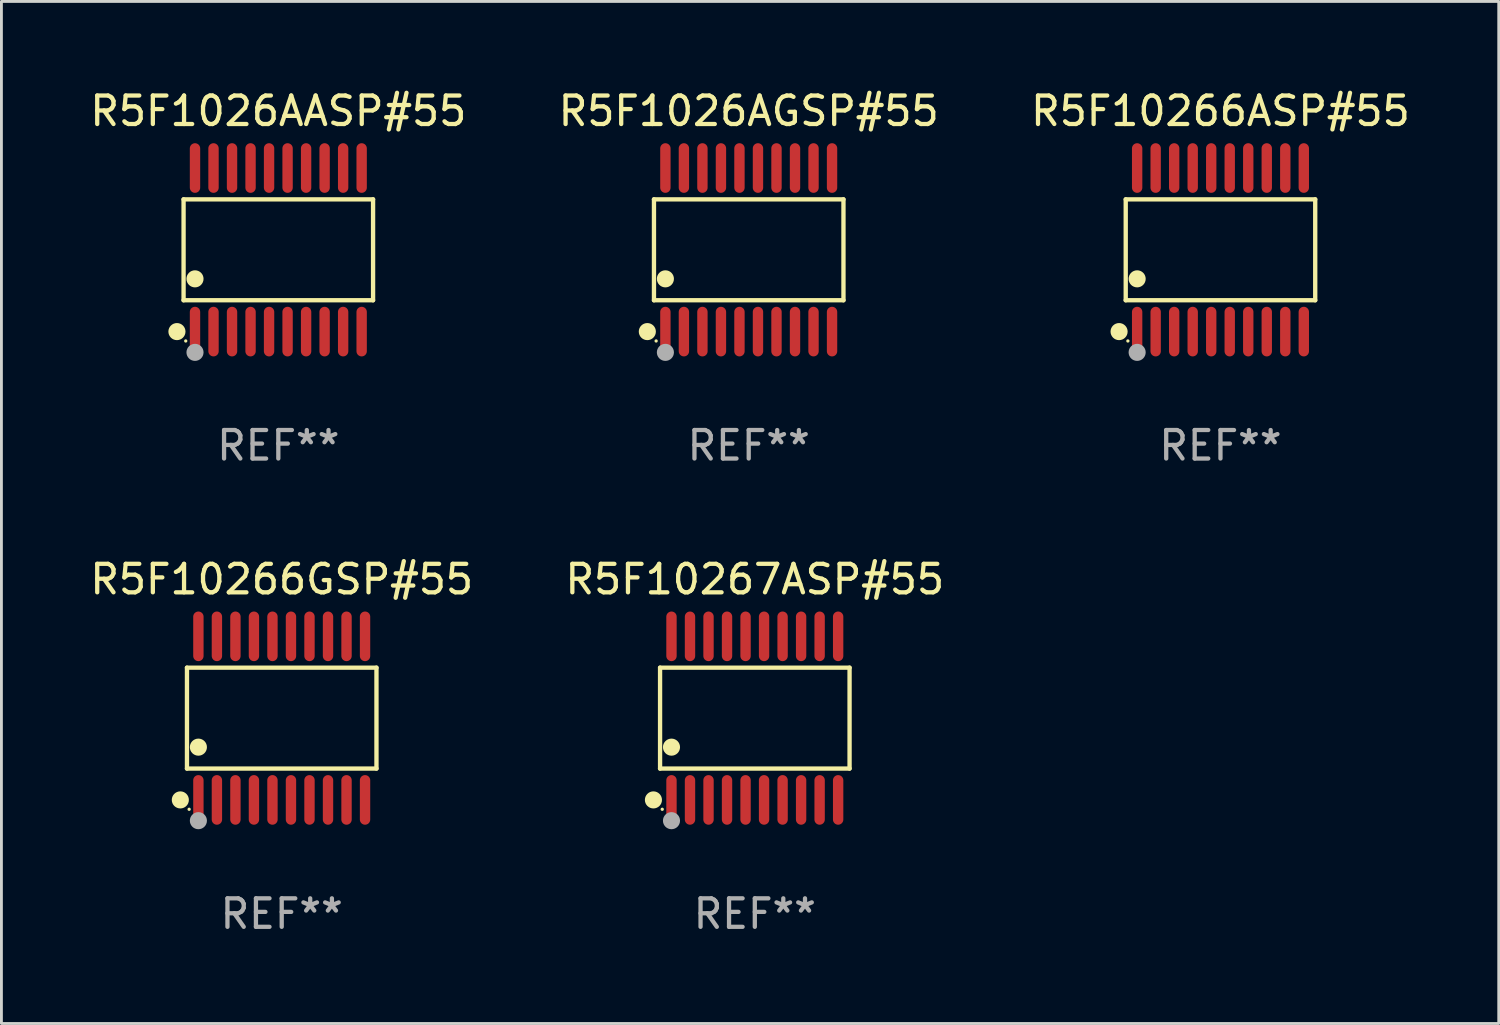
<source format=kicad_pcb>
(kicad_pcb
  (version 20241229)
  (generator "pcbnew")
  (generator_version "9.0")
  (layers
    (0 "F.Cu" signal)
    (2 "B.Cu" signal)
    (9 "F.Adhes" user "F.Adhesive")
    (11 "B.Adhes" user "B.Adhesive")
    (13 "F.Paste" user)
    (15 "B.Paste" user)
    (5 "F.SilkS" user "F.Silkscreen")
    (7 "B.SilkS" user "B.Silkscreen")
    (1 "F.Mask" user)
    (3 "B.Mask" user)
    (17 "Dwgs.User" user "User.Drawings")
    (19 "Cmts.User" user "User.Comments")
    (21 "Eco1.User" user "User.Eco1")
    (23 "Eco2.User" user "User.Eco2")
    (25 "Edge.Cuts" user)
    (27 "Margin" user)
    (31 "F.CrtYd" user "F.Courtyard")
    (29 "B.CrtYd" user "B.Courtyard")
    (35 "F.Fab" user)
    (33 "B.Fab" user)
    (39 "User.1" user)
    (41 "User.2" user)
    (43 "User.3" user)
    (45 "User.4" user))
  (footprint "R5F1026AGSP#55"
    (layer "F.Cu")
    (at 23.232 5.719)
    (property "Reference" "R5F1026AGSP#55" (at 0 -4.871 0) (layer "F.SilkS") (effects (font (size 1 1) (thickness 0.15))))
    (attr through_hole)
    (fp_line (start -3.326 -1.771) (end 3.326 -1.771) (stroke (width 0.152) (type solid)) (layer "F.SilkS"))
    (fp_line (start -3.326 1.771) (end -3.326 -1.771) (stroke (width 0.152) (type solid)) (layer "F.SilkS"))
    (fp_line (start 3.326 -1.771) (end 3.326 1.771) (stroke (width 0.152) (type solid)) (layer "F.SilkS"))
    (fp_line (start 3.326 1.771) (end -3.326 1.771) (stroke (width 0.152) (type solid)) (layer "F.SilkS"))
    (fp_circle (center -3.559 2.871) (end -3.409 2.871) (stroke (width 0.3) (type solid)) (fill no) (layer "F.SilkS"))
    (fp_circle (center -3.25 3.2) (end -3.22 3.2) (stroke (width 0.06) (type solid)) (fill no) (layer "F.SilkS"))
    (fp_circle (center -2.925 1.019) (end -2.775 1.019) (stroke (width 0.3) (type solid)) (fill no) (layer "F.SilkS"))
    (fp_circle (center -2.925 3.6) (end -2.775 3.6) (stroke (width 0.3) (type solid)) (fill no) (layer "F.Fab"))
    (fp_text user "REF**" (at 0 6.871 0) (layer "F.Fab") (effects (font (size 1 1) (thickness 0.15))))
    (pad "1" smd oval (at -2.925 2.871) (size 0.364 1.742) (layers "F.Cu" "F.Mask" "F.Paste"))
    (pad "2" smd oval (at -2.275 2.871) (size 0.364 1.742) (layers "F.Cu" "F.Mask" "F.Paste"))
    (pad "3" smd oval (at -1.625 2.871) (size 0.364 1.742) (layers "F.Cu" "F.Mask" "F.Paste"))
    (pad "4" smd oval (at -0.975 2.871) (size 0.364 1.742) (layers "F.Cu" "F.Mask" "F.Paste"))
    (pad "5" smd oval (at -0.325 2.871) (size 0.364 1.742) (layers "F.Cu" "F.Mask" "F.Paste"))
    (pad "6" smd oval (at 0.325 2.871) (size 0.364 1.742) (layers "F.Cu" "F.Mask" "F.Paste"))
    (pad "7" smd oval (at 0.975 2.871) (size 0.364 1.742) (layers "F.Cu" "F.Mask" "F.Paste"))
    (pad "8" smd oval (at 1.625 2.871) (size 0.364 1.742) (layers "F.Cu" "F.Mask" "F.Paste"))
    (pad "9" smd oval (at 2.275 2.871) (size 0.364 1.742) (layers "F.Cu" "F.Mask" "F.Paste"))
    (pad "10" smd oval (at 2.925 2.871) (size 0.364 1.742) (layers "F.Cu" "F.Mask" "F.Paste"))
    (pad "11" smd oval (at 2.925 -2.871) (size 0.364 1.742) (layers "F.Cu" "F.Mask" "F.Paste"))
    (pad "12" smd oval (at 2.275 -2.871) (size 0.364 1.742) (layers "F.Cu" "F.Mask" "F.Paste"))
    (pad "13" smd oval (at 1.625 -2.871) (size 0.364 1.742) (layers "F.Cu" "F.Mask" "F.Paste"))
    (pad "14" smd oval (at 0.975 -2.871) (size 0.364 1.742) (layers "F.Cu" "F.Mask" "F.Paste"))
    (pad "15" smd oval (at 0.325 -2.871) (size 0.364 1.742) (layers "F.Cu" "F.Mask" "F.Paste"))
    (pad "16" smd oval (at -0.325 -2.871) (size 0.364 1.742) (layers "F.Cu" "F.Mask" "F.Paste"))
    (pad "17" smd oval (at -0.975 -2.871) (size 0.364 1.742) (layers "F.Cu" "F.Mask" "F.Paste"))
    (pad "18" smd oval (at -1.625 -2.871) (size 0.364 1.742) (layers "F.Cu" "F.Mask" "F.Paste"))
    (pad "19" smd oval (at -2.275 -2.871) (size 0.364 1.742) (layers "F.Cu" "F.Mask" "F.Paste"))
    (pad "20" smd oval (at -2.925 -2.871) (size 0.364 1.742) (layers "F.Cu" "F.Mask" "F.Paste")))
  (footprint "R5F10266GSP#55"
    (layer "F.Cu")
    (at 6.839 22.158)
    (property "Reference" "R5F10266GSP#55" (at 0 -4.871 0) (layer "F.SilkS") (effects (font (size 1 1) (thickness 0.15))))
    (attr through_hole)
    (fp_line (start -3.326 -1.771) (end 3.326 -1.771) (stroke (width 0.152) (type solid)) (layer "F.SilkS"))
    (fp_line (start -3.326 1.771) (end -3.326 -1.771) (stroke (width 0.152) (type solid)) (layer "F.SilkS"))
    (fp_line (start 3.326 -1.771) (end 3.326 1.771) (stroke (width 0.152) (type solid)) (layer "F.SilkS"))
    (fp_line (start 3.326 1.771) (end -3.326 1.771) (stroke (width 0.152) (type solid)) (layer "F.SilkS"))
    (fp_circle (center -3.559 2.871) (end -3.409 2.871) (stroke (width 0.3) (type solid)) (fill no) (layer "F.SilkS"))
    (fp_circle (center -3.25 3.2) (end -3.22 3.2) (stroke (width 0.06) (type solid)) (fill no) (layer "F.SilkS"))
    (fp_circle (center -2.925 1.019) (end -2.775 1.019) (stroke (width 0.3) (type solid)) (fill no) (layer "F.SilkS"))
    (fp_circle (center -2.925 3.6) (end -2.775 3.6) (stroke (width 0.3) (type solid)) (fill no) (layer "F.Fab"))
    (fp_text user "REF**" (at 0 6.871 0) (layer "F.Fab") (effects (font (size 1 1) (thickness 0.15))))
    (pad "1" smd oval (at -2.925 2.871) (size 0.364 1.742) (layers "F.Cu" "F.Mask" "F.Paste"))
    (pad "2" smd oval (at -2.275 2.871) (size 0.364 1.742) (layers "F.Cu" "F.Mask" "F.Paste"))
    (pad "3" smd oval (at -1.625 2.871) (size 0.364 1.742) (layers "F.Cu" "F.Mask" "F.Paste"))
    (pad "4" smd oval (at -0.975 2.871) (size 0.364 1.742) (layers "F.Cu" "F.Mask" "F.Paste"))
    (pad "5" smd oval (at -0.325 2.871) (size 0.364 1.742) (layers "F.Cu" "F.Mask" "F.Paste"))
    (pad "6" smd oval (at 0.325 2.871) (size 0.364 1.742) (layers "F.Cu" "F.Mask" "F.Paste"))
    (pad "7" smd oval (at 0.975 2.871) (size 0.364 1.742) (layers "F.Cu" "F.Mask" "F.Paste"))
    (pad "8" smd oval (at 1.625 2.871) (size 0.364 1.742) (layers "F.Cu" "F.Mask" "F.Paste"))
    (pad "9" smd oval (at 2.275 2.871) (size 0.364 1.742) (layers "F.Cu" "F.Mask" "F.Paste"))
    (pad "10" smd oval (at 2.925 2.871) (size 0.364 1.742) (layers "F.Cu" "F.Mask" "F.Paste"))
    (pad "11" smd oval (at 2.925 -2.871) (size 0.364 1.742) (layers "F.Cu" "F.Mask" "F.Paste"))
    (pad "12" smd oval (at 2.275 -2.871) (size 0.364 1.742) (layers "F.Cu" "F.Mask" "F.Paste"))
    (pad "13" smd oval (at 1.625 -2.871) (size 0.364 1.742) (layers "F.Cu" "F.Mask" "F.Paste"))
    (pad "14" smd oval (at 0.975 -2.871) (size 0.364 1.742) (layers "F.Cu" "F.Mask" "F.Paste"))
    (pad "15" smd oval (at 0.325 -2.871) (size 0.364 1.742) (layers "F.Cu" "F.Mask" "F.Paste"))
    (pad "16" smd oval (at -0.325 -2.871) (size 0.364 1.742) (layers "F.Cu" "F.Mask" "F.Paste"))
    (pad "17" smd oval (at -0.975 -2.871) (size 0.364 1.742) (layers "F.Cu" "F.Mask" "F.Paste"))
    (pad "18" smd oval (at -1.625 -2.871) (size 0.364 1.742) (layers "F.Cu" "F.Mask" "F.Paste"))
    (pad "19" smd oval (at -2.275 -2.871) (size 0.364 1.742) (layers "F.Cu" "F.Mask" "F.Paste"))
    (pad "20" smd oval (at -2.925 -2.871) (size 0.364 1.742) (layers "F.Cu" "F.Mask" "F.Paste")))
  (footprint "R5F10266ASP#55"
    (layer "F.Cu")
    (at 39.792 5.719)
    (property "Reference" "R5F10266ASP#55" (at 0 -4.871 0) (layer "F.SilkS") (effects (font (size 1 1) (thickness 0.15))))
    (attr through_hole)
    (fp_line (start -3.326 -1.771) (end 3.326 -1.771) (stroke (width 0.152) (type solid)) (layer "F.SilkS"))
    (fp_line (start -3.326 1.771) (end -3.326 -1.771) (stroke (width 0.152) (type solid)) (layer "F.SilkS"))
    (fp_line (start 3.326 -1.771) (end 3.326 1.771) (stroke (width 0.152) (type solid)) (layer "F.SilkS"))
    (fp_line (start 3.326 1.771) (end -3.326 1.771) (stroke (width 0.152) (type solid)) (layer "F.SilkS"))
    (fp_circle (center -3.559 2.871) (end -3.409 2.871) (stroke (width 0.3) (type solid)) (fill no) (layer "F.SilkS"))
    (fp_circle (center -3.25 3.2) (end -3.22 3.2) (stroke (width 0.06) (type solid)) (fill no) (layer "F.SilkS"))
    (fp_circle (center -2.925 1.019) (end -2.775 1.019) (stroke (width 0.3) (type solid)) (fill no) (layer "F.SilkS"))
    (fp_circle (center -2.925 3.6) (end -2.775 3.6) (stroke (width 0.3) (type solid)) (fill no) (layer "F.Fab"))
    (fp_text user "REF**" (at 0 6.871 0) (layer "F.Fab") (effects (font (size 1 1) (thickness 0.15))))
    (pad "1" smd oval (at -2.925 2.871) (size 0.364 1.742) (layers "F.Cu" "F.Mask" "F.Paste"))
    (pad "2" smd oval (at -2.275 2.871) (size 0.364 1.742) (layers "F.Cu" "F.Mask" "F.Paste"))
    (pad "3" smd oval (at -1.625 2.871) (size 0.364 1.742) (layers "F.Cu" "F.Mask" "F.Paste"))
    (pad "4" smd oval (at -0.975 2.871) (size 0.364 1.742) (layers "F.Cu" "F.Mask" "F.Paste"))
    (pad "5" smd oval (at -0.325 2.871) (size 0.364 1.742) (layers "F.Cu" "F.Mask" "F.Paste"))
    (pad "6" smd oval (at 0.325 2.871) (size 0.364 1.742) (layers "F.Cu" "F.Mask" "F.Paste"))
    (pad "7" smd oval (at 0.975 2.871) (size 0.364 1.742) (layers "F.Cu" "F.Mask" "F.Paste"))
    (pad "8" smd oval (at 1.625 2.871) (size 0.364 1.742) (layers "F.Cu" "F.Mask" "F.Paste"))
    (pad "9" smd oval (at 2.275 2.871) (size 0.364 1.742) (layers "F.Cu" "F.Mask" "F.Paste"))
    (pad "10" smd oval (at 2.925 2.871) (size 0.364 1.742) (layers "F.Cu" "F.Mask" "F.Paste"))
    (pad "11" smd oval (at 2.925 -2.871) (size 0.364 1.742) (layers "F.Cu" "F.Mask" "F.Paste"))
    (pad "12" smd oval (at 2.275 -2.871) (size 0.364 1.742) (layers "F.Cu" "F.Mask" "F.Paste"))
    (pad "13" smd oval (at 1.625 -2.871) (size 0.364 1.742) (layers "F.Cu" "F.Mask" "F.Paste"))
    (pad "14" smd oval (at 0.975 -2.871) (size 0.364 1.742) (layers "F.Cu" "F.Mask" "F.Paste"))
    (pad "15" smd oval (at 0.325 -2.871) (size 0.364 1.742) (layers "F.Cu" "F.Mask" "F.Paste"))
    (pad "16" smd oval (at -0.325 -2.871) (size 0.364 1.742) (layers "F.Cu" "F.Mask" "F.Paste"))
    (pad "17" smd oval (at -0.975 -2.871) (size 0.364 1.742) (layers "F.Cu" "F.Mask" "F.Paste"))
    (pad "18" smd oval (at -1.625 -2.871) (size 0.364 1.742) (layers "F.Cu" "F.Mask" "F.Paste"))
    (pad "19" smd oval (at -2.275 -2.871) (size 0.364 1.742) (layers "F.Cu" "F.Mask" "F.Paste"))
    (pad "20" smd oval (at -2.925 -2.871) (size 0.364 1.742) (layers "F.Cu" "F.Mask" "F.Paste")))
  (footprint "R5F10267ASP#55"
    (layer "F.Cu")
    (at 23.446 22.158)
    (property "Reference" "R5F10267ASP#55" (at 0 -4.871 0) (layer "F.SilkS") (effects (font (size 1 1) (thickness 0.15))))
    (attr through_hole)
    (fp_line (start -3.326 -1.771) (end 3.326 -1.771) (stroke (width 0.152) (type solid)) (layer "F.SilkS"))
    (fp_line (start -3.326 1.771) (end -3.326 -1.771) (stroke (width 0.152) (type solid)) (layer "F.SilkS"))
    (fp_line (start 3.326 -1.771) (end 3.326 1.771) (stroke (width 0.152) (type solid)) (layer "F.SilkS"))
    (fp_line (start 3.326 1.771) (end -3.326 1.771) (stroke (width 0.152) (type solid)) (layer "F.SilkS"))
    (fp_circle (center -3.559 2.871) (end -3.409 2.871) (stroke (width 0.3) (type solid)) (fill no) (layer "F.SilkS"))
    (fp_circle (center -3.25 3.2) (end -3.22 3.2) (stroke (width 0.06) (type solid)) (fill no) (layer "F.SilkS"))
    (fp_circle (center -2.925 1.019) (end -2.775 1.019) (stroke (width 0.3) (type solid)) (fill no) (layer "F.SilkS"))
    (fp_circle (center -2.925 3.6) (end -2.775 3.6) (stroke (width 0.3) (type solid)) (fill no) (layer "F.Fab"))
    (fp_text user "REF**" (at 0 6.871 0) (layer "F.Fab") (effects (font (size 1 1) (thickness 0.15))))
    (pad "1" smd oval (at -2.925 2.871) (size 0.364 1.742) (layers "F.Cu" "F.Mask" "F.Paste"))
    (pad "2" smd oval (at -2.275 2.871) (size 0.364 1.742) (layers "F.Cu" "F.Mask" "F.Paste"))
    (pad "3" smd oval (at -1.625 2.871) (size 0.364 1.742) (layers "F.Cu" "F.Mask" "F.Paste"))
    (pad "4" smd oval (at -0.975 2.871) (size 0.364 1.742) (layers "F.Cu" "F.Mask" "F.Paste"))
    (pad "5" smd oval (at -0.325 2.871) (size 0.364 1.742) (layers "F.Cu" "F.Mask" "F.Paste"))
    (pad "6" smd oval (at 0.325 2.871) (size 0.364 1.742) (layers "F.Cu" "F.Mask" "F.Paste"))
    (pad "7" smd oval (at 0.975 2.871) (size 0.364 1.742) (layers "F.Cu" "F.Mask" "F.Paste"))
    (pad "8" smd oval (at 1.625 2.871) (size 0.364 1.742) (layers "F.Cu" "F.Mask" "F.Paste"))
    (pad "9" smd oval (at 2.275 2.871) (size 0.364 1.742) (layers "F.Cu" "F.Mask" "F.Paste"))
    (pad "10" smd oval (at 2.925 2.871) (size 0.364 1.742) (layers "F.Cu" "F.Mask" "F.Paste"))
    (pad "11" smd oval (at 2.925 -2.871) (size 0.364 1.742) (layers "F.Cu" "F.Mask" "F.Paste"))
    (pad "12" smd oval (at 2.275 -2.871) (size 0.364 1.742) (layers "F.Cu" "F.Mask" "F.Paste"))
    (pad "13" smd oval (at 1.625 -2.871) (size 0.364 1.742) (layers "F.Cu" "F.Mask" "F.Paste"))
    (pad "14" smd oval (at 0.975 -2.871) (size 0.364 1.742) (layers "F.Cu" "F.Mask" "F.Paste"))
    (pad "15" smd oval (at 0.325 -2.871) (size 0.364 1.742) (layers "F.Cu" "F.Mask" "F.Paste"))
    (pad "16" smd oval (at -0.325 -2.871) (size 0.364 1.742) (layers "F.Cu" "F.Mask" "F.Paste"))
    (pad "17" smd oval (at -0.975 -2.871) (size 0.364 1.742) (layers "F.Cu" "F.Mask" "F.Paste"))
    (pad "18" smd oval (at -1.625 -2.871) (size 0.364 1.742) (layers "F.Cu" "F.Mask" "F.Paste"))
    (pad "19" smd oval (at -2.275 -2.871) (size 0.364 1.742) (layers "F.Cu" "F.Mask" "F.Paste"))
    (pad "20" smd oval (at -2.925 -2.871) (size 0.364 1.742) (layers "F.Cu" "F.Mask" "F.Paste")))
  (footprint "R5F1026AASP#55"
    (layer "F.Cu")
    (at 6.72 5.719)
    (property "Reference" "R5F1026AASP#55" (at 0 -4.871 0) (layer "F.SilkS") (effects (font (size 1 1) (thickness 0.15))))
    (attr through_hole)
    (fp_line (start -3.326 -1.771) (end 3.326 -1.771) (stroke (width 0.152) (type solid)) (layer "F.SilkS"))
    (fp_line (start -3.326 1.771) (end -3.326 -1.771) (stroke (width 0.152) (type solid)) (layer "F.SilkS"))
    (fp_line (start 3.326 -1.771) (end 3.326 1.771) (stroke (width 0.152) (type solid)) (layer "F.SilkS"))
    (fp_line (start 3.326 1.771) (end -3.326 1.771) (stroke (width 0.152) (type solid)) (layer "F.SilkS"))
    (fp_circle (center -3.559 2.871) (end -3.409 2.871) (stroke (width 0.3) (type solid)) (fill no) (layer "F.SilkS"))
    (fp_circle (center -3.25 3.2) (end -3.22 3.2) (stroke (width 0.06) (type solid)) (fill no) (layer "F.SilkS"))
    (fp_circle (center -2.925 1.019) (end -2.775 1.019) (stroke (width 0.3) (type solid)) (fill no) (layer "F.SilkS"))
    (fp_circle (center -2.925 3.6) (end -2.775 3.6) (stroke (width 0.3) (type solid)) (fill no) (layer "F.Fab"))
    (fp_text user "REF**" (at 0 6.871 0) (layer "F.Fab") (effects (font (size 1 1) (thickness 0.15))))
    (pad "1" smd oval (at -2.925 2.871) (size 0.364 1.742) (layers "F.Cu" "F.Mask" "F.Paste"))
    (pad "2" smd oval (at -2.275 2.871) (size 0.364 1.742) (layers "F.Cu" "F.Mask" "F.Paste"))
    (pad "3" smd oval (at -1.625 2.871) (size 0.364 1.742) (layers "F.Cu" "F.Mask" "F.Paste"))
    (pad "4" smd oval (at -0.975 2.871) (size 0.364 1.742) (layers "F.Cu" "F.Mask" "F.Paste"))
    (pad "5" smd oval (at -0.325 2.871) (size 0.364 1.742) (layers "F.Cu" "F.Mask" "F.Paste"))
    (pad "6" smd oval (at 0.325 2.871) (size 0.364 1.742) (layers "F.Cu" "F.Mask" "F.Paste"))
    (pad "7" smd oval (at 0.975 2.871) (size 0.364 1.742) (layers "F.Cu" "F.Mask" "F.Paste"))
    (pad "8" smd oval (at 1.625 2.871) (size 0.364 1.742) (layers "F.Cu" "F.Mask" "F.Paste"))
    (pad "9" smd oval (at 2.275 2.871) (size 0.364 1.742) (layers "F.Cu" "F.Mask" "F.Paste"))
    (pad "10" smd oval (at 2.925 2.871) (size 0.364 1.742) (layers "F.Cu" "F.Mask" "F.Paste"))
    (pad "11" smd oval (at 2.925 -2.871) (size 0.364 1.742) (layers "F.Cu" "F.Mask" "F.Paste"))
    (pad "12" smd oval (at 2.275 -2.871) (size 0.364 1.742) (layers "F.Cu" "F.Mask" "F.Paste"))
    (pad "13" smd oval (at 1.625 -2.871) (size 0.364 1.742) (layers "F.Cu" "F.Mask" "F.Paste"))
    (pad "14" smd oval (at 0.975 -2.871) (size 0.364 1.742) (layers "F.Cu" "F.Mask" "F.Paste"))
    (pad "15" smd oval (at 0.325 -2.871) (size 0.364 1.742) (layers "F.Cu" "F.Mask" "F.Paste"))
    (pad "16" smd oval (at -0.325 -2.871) (size 0.364 1.742) (layers "F.Cu" "F.Mask" "F.Paste"))
    (pad "17" smd oval (at -0.975 -2.871) (size 0.364 1.742) (layers "F.Cu" "F.Mask" "F.Paste"))
    (pad "18" smd oval (at -1.625 -2.871) (size 0.364 1.742) (layers "F.Cu" "F.Mask" "F.Paste"))
    (pad "19" smd oval (at -2.275 -2.871) (size 0.364 1.742) (layers "F.Cu" "F.Mask" "F.Paste"))
    (pad "20" smd oval (at -2.925 -2.871) (size 0.364 1.742) (layers "F.Cu" "F.Mask" "F.Paste")))
  (gr_rect
    (start -3 -3)
    (end 49.56 32.877)
    (stroke (width 0.1) (type default))
    (fill no)
    (layer "Edge.Cuts")))
</source>
